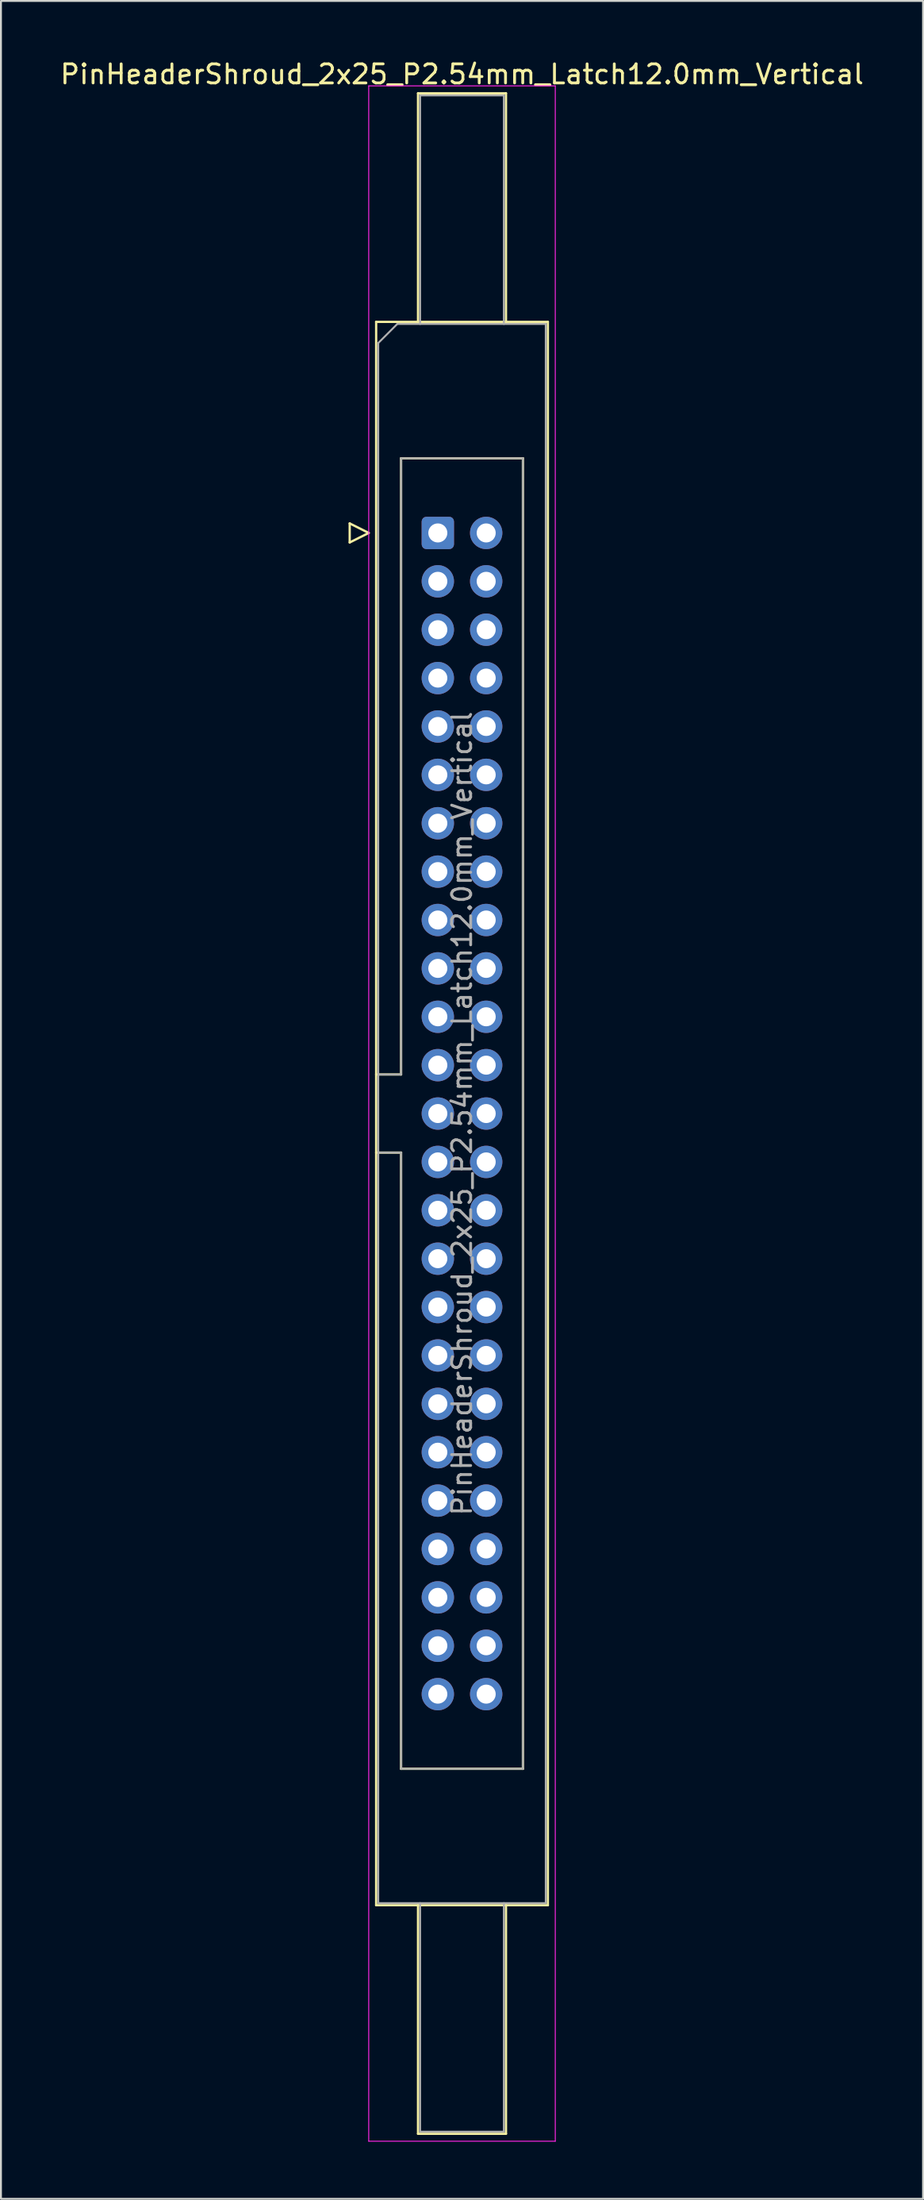
<source format=kicad_pcb>
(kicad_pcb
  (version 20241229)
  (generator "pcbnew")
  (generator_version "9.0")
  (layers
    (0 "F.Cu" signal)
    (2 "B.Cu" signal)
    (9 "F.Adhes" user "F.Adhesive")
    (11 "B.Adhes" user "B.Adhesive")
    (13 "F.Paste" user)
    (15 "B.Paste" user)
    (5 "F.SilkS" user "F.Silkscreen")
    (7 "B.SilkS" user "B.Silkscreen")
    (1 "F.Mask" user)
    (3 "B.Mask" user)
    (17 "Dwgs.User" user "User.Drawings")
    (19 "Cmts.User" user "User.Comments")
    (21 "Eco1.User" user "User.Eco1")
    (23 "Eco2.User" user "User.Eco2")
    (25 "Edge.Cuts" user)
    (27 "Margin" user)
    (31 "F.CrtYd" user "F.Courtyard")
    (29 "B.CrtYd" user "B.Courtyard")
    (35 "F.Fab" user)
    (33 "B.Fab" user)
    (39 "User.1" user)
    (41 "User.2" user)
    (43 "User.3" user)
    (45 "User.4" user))
  (footprint "PinHeaderShroud_2x25_P2.54mm_Latch12.0mm_Vertical"
    (layer "F.Cu")
    (at 19.95 24.928)
    (property "Reference" "PinHeaderShroud_2x25_P2.54mm_Latch12.0mm_Vertical" (at 1.27 -24.08 0) (layer "F.SilkS") (effects (font (size 1 1) (thickness 0.15))))
    (attr through_hole)
    (fp_line (start -4.63 -0.5) (end -4.63 0.5) (stroke (width 0.12) (type solid)) (layer "F.SilkS"))
    (fp_line (start -4.63 0.5) (end -3.63 0) (stroke (width 0.12) (type solid)) (layer "F.SilkS"))
    (fp_line (start -3.63 0) (end -4.63 -0.5) (stroke (width 0.12) (type solid)) (layer "F.SilkS"))
    (fp_line (start -3.24 -11.08) (end 5.78 -11.08) (stroke (width 0.12) (type solid)) (layer "F.SilkS"))
    (fp_line (start -3.24 28.43) (end -1.93 28.43) (stroke (width 0.12) (type solid)) (layer "F.SilkS"))
    (fp_line (start -3.24 32.53) (end -1.93 32.53) (stroke (width 0.12) (type solid)) (layer "F.SilkS"))
    (fp_line (start -3.24 72.04) (end -3.24 -11.08) (stroke (width 0.12) (type solid)) (layer "F.SilkS"))
    (fp_line (start -1.93 -3.92) (end 4.47 -3.92) (stroke (width 0.12) (type solid)) (layer "F.SilkS"))
    (fp_line (start -1.93 28.43) (end -1.93 -3.92) (stroke (width 0.12) (type solid)) (layer "F.SilkS"))
    (fp_line (start -1.93 64.88) (end -1.93 32.53) (stroke (width 0.12) (type solid)) (layer "F.SilkS"))
    (fp_line (start -1.04 -23.08) (end 3.58 -23.08) (stroke (width 0.12) (type solid)) (layer "F.SilkS"))
    (fp_line (start -1.04 -11.08) (end -1.04 -23.08) (stroke (width 0.12) (type solid)) (layer "F.SilkS"))
    (fp_line (start -1.04 72.04) (end -1.04 84.04) (stroke (width 0.12) (type solid)) (layer "F.SilkS"))
    (fp_line (start -1.04 84.04) (end 3.58 84.04) (stroke (width 0.12) (type solid)) (layer "F.SilkS"))
    (fp_line (start 3.58 -23.08) (end 3.58 -11.08) (stroke (width 0.12) (type solid)) (layer "F.SilkS"))
    (fp_line (start 3.58 84.04) (end 3.58 72.04) (stroke (width 0.12) (type solid)) (layer "F.SilkS"))
    (fp_line (start 4.47 -3.92) (end 4.47 64.88) (stroke (width 0.12) (type solid)) (layer "F.SilkS"))
    (fp_line (start 4.47 64.88) (end -1.93 64.88) (stroke (width 0.12) (type solid)) (layer "F.SilkS"))
    (fp_line (start 5.78 -11.08) (end 5.78 72.04) (stroke (width 0.12) (type solid)) (layer "F.SilkS"))
    (fp_line (start 5.78 72.04) (end -3.24 72.04) (stroke (width 0.12) (type solid)) (layer "F.SilkS"))
    (fp_line (start -3.63 -23.47) (end -3.63 84.43) (stroke (width 0.05) (type solid)) (layer "F.CrtYd"))
    (fp_line (start -3.63 84.43) (end 6.17 84.43) (stroke (width 0.05) (type solid)) (layer "F.CrtYd"))
    (fp_line (start 6.17 -23.47) (end -3.63 -23.47) (stroke (width 0.05) (type solid)) (layer "F.CrtYd"))
    (fp_line (start 6.17 84.43) (end 6.17 -23.47) (stroke (width 0.05) (type solid)) (layer "F.CrtYd"))
    (fp_line (start -3.13 -9.97) (end -2.13 -10.97) (stroke (width 0.1) (type solid)) (layer "F.Fab"))
    (fp_line (start -3.13 28.43) (end -1.93 28.43) (stroke (width 0.1) (type solid)) (layer "F.Fab"))
    (fp_line (start -3.13 32.53) (end -1.93 32.53) (stroke (width 0.1) (type solid)) (layer "F.Fab"))
    (fp_line (start -3.13 71.93) (end -3.13 -9.97) (stroke (width 0.1) (type solid)) (layer "F.Fab"))
    (fp_line (start -2.13 -10.97) (end 5.67 -10.97) (stroke (width 0.1) (type solid)) (layer "F.Fab"))
    (fp_line (start -1.93 -3.92) (end 4.47 -3.92) (stroke (width 0.1) (type solid)) (layer "F.Fab"))
    (fp_line (start -1.93 28.43) (end -1.93 -3.92) (stroke (width 0.1) (type solid)) (layer "F.Fab"))
    (fp_line (start -1.93 64.88) (end -1.93 32.53) (stroke (width 0.1) (type solid)) (layer "F.Fab"))
    (fp_line (start -0.93 -22.97) (end 3.47 -22.97) (stroke (width 0.1) (type solid)) (layer "F.Fab"))
    (fp_line (start -0.93 -10.97) (end -0.93 -22.97) (stroke (width 0.1) (type solid)) (layer "F.Fab"))
    (fp_line (start -0.93 71.93) (end -0.93 83.93) (stroke (width 0.1) (type solid)) (layer "F.Fab"))
    (fp_line (start -0.93 83.93) (end 3.47 83.93) (stroke (width 0.1) (type solid)) (layer "F.Fab"))
    (fp_line (start 3.47 -22.97) (end 3.47 -10.97) (stroke (width 0.1) (type solid)) (layer "F.Fab"))
    (fp_line (start 3.47 83.93) (end 3.47 71.93) (stroke (width 0.1) (type solid)) (layer "F.Fab"))
    (fp_line (start 4.47 -3.92) (end 4.47 64.88) (stroke (width 0.1) (type solid)) (layer "F.Fab"))
    (fp_line (start 4.47 64.88) (end -1.93 64.88) (stroke (width 0.1) (type solid)) (layer "F.Fab"))
    (fp_line (start 5.67 -10.97) (end 5.67 71.93) (stroke (width 0.1) (type solid)) (layer "F.Fab"))
    (fp_line (start 5.67 71.93) (end -3.13 71.93) (stroke (width 0.1) (type solid)) (layer "F.Fab"))
    (fp_text user "${REFERENCE}" (at 1.27 30.48 90) (layer "F.Fab") (effects (font (size 1 1) (thickness 0.15))))
    (pad "1" thru_hole roundrect (at 0 0) (size 1.7 1.7) (drill 1) (layers "*.Cu" "*.Mask") (roundrect_rratio 0.147))
    (pad "2" thru_hole circle (at 2.54 0) (size 1.7 1.7) (drill 1) (layers "*.Cu" "*.Mask"))
    (pad "3" thru_hole circle (at 0 2.54) (size 1.7 1.7) (drill 1) (layers "*.Cu" "*.Mask"))
    (pad "4" thru_hole circle (at 2.54 2.54) (size 1.7 1.7) (drill 1) (layers "*.Cu" "*.Mask"))
    (pad "5" thru_hole circle (at 0 5.08) (size 1.7 1.7) (drill 1) (layers "*.Cu" "*.Mask"))
    (pad "6" thru_hole circle (at 2.54 5.08) (size 1.7 1.7) (drill 1) (layers "*.Cu" "*.Mask"))
    (pad "7" thru_hole circle (at 0 7.62) (size 1.7 1.7) (drill 1) (layers "*.Cu" "*.Mask"))
    (pad "8" thru_hole circle (at 2.54 7.62) (size 1.7 1.7) (drill 1) (layers "*.Cu" "*.Mask"))
    (pad "9" thru_hole circle (at 0 10.16) (size 1.7 1.7) (drill 1) (layers "*.Cu" "*.Mask"))
    (pad "10" thru_hole circle (at 2.54 10.16) (size 1.7 1.7) (drill 1) (layers "*.Cu" "*.Mask"))
    (pad "11" thru_hole circle (at 0 12.7) (size 1.7 1.7) (drill 1) (layers "*.Cu" "*.Mask"))
    (pad "12" thru_hole circle (at 2.54 12.7) (size 1.7 1.7) (drill 1) (layers "*.Cu" "*.Mask"))
    (pad "13" thru_hole circle (at 0 15.24) (size 1.7 1.7) (drill 1) (layers "*.Cu" "*.Mask"))
    (pad "14" thru_hole circle (at 2.54 15.24) (size 1.7 1.7) (drill 1) (layers "*.Cu" "*.Mask"))
    (pad "15" thru_hole circle (at 0 17.78) (size 1.7 1.7) (drill 1) (layers "*.Cu" "*.Mask"))
    (pad "16" thru_hole circle (at 2.54 17.78) (size 1.7 1.7) (drill 1) (layers "*.Cu" "*.Mask"))
    (pad "17" thru_hole circle (at 0 20.32) (size 1.7 1.7) (drill 1) (layers "*.Cu" "*.Mask"))
    (pad "18" thru_hole circle (at 2.54 20.32) (size 1.7 1.7) (drill 1) (layers "*.Cu" "*.Mask"))
    (pad "19" thru_hole circle (at 0 22.86) (size 1.7 1.7) (drill 1) (layers "*.Cu" "*.Mask"))
    (pad "20" thru_hole circle (at 2.54 22.86) (size 1.7 1.7) (drill 1) (layers "*.Cu" "*.Mask"))
    (pad "21" thru_hole circle (at 0 25.4) (size 1.7 1.7) (drill 1) (layers "*.Cu" "*.Mask"))
    (pad "22" thru_hole circle (at 2.54 25.4) (size 1.7 1.7) (drill 1) (layers "*.Cu" "*.Mask"))
    (pad "23" thru_hole circle (at 0 27.94) (size 1.7 1.7) (drill 1) (layers "*.Cu" "*.Mask"))
    (pad "24" thru_hole circle (at 2.54 27.94) (size 1.7 1.7) (drill 1) (layers "*.Cu" "*.Mask"))
    (pad "25" thru_hole circle (at 0 30.48) (size 1.7 1.7) (drill 1) (layers "*.Cu" "*.Mask"))
    (pad "26" thru_hole circle (at 2.54 30.48) (size 1.7 1.7) (drill 1) (layers "*.Cu" "*.Mask"))
    (pad "27" thru_hole circle (at 0 33.02) (size 1.7 1.7) (drill 1) (layers "*.Cu" "*.Mask"))
    (pad "28" thru_hole circle (at 2.54 33.02) (size 1.7 1.7) (drill 1) (layers "*.Cu" "*.Mask"))
    (pad "29" thru_hole circle (at 0 35.56) (size 1.7 1.7) (drill 1) (layers "*.Cu" "*.Mask"))
    (pad "30" thru_hole circle (at 2.54 35.56) (size 1.7 1.7) (drill 1) (layers "*.Cu" "*.Mask"))
    (pad "31" thru_hole circle (at 0 38.1) (size 1.7 1.7) (drill 1) (layers "*.Cu" "*.Mask"))
    (pad "32" thru_hole circle (at 2.54 38.1) (size 1.7 1.7) (drill 1) (layers "*.Cu" "*.Mask"))
    (pad "33" thru_hole circle (at 0 40.64) (size 1.7 1.7) (drill 1) (layers "*.Cu" "*.Mask"))
    (pad "34" thru_hole circle (at 2.54 40.64) (size 1.7 1.7) (drill 1) (layers "*.Cu" "*.Mask"))
    (pad "35" thru_hole circle (at 0 43.18) (size 1.7 1.7) (drill 1) (layers "*.Cu" "*.Mask"))
    (pad "36" thru_hole circle (at 2.54 43.18) (size 1.7 1.7) (drill 1) (layers "*.Cu" "*.Mask"))
    (pad "37" thru_hole circle (at 0 45.72) (size 1.7 1.7) (drill 1) (layers "*.Cu" "*.Mask"))
    (pad "38" thru_hole circle (at 2.54 45.72) (size 1.7 1.7) (drill 1) (layers "*.Cu" "*.Mask"))
    (pad "39" thru_hole circle (at 0 48.26) (size 1.7 1.7) (drill 1) (layers "*.Cu" "*.Mask"))
    (pad "40" thru_hole circle (at 2.54 48.26) (size 1.7 1.7) (drill 1) (layers "*.Cu" "*.Mask"))
    (pad "41" thru_hole circle (at 0 50.8) (size 1.7 1.7) (drill 1) (layers "*.Cu" "*.Mask"))
    (pad "42" thru_hole circle (at 2.54 50.8) (size 1.7 1.7) (drill 1) (layers "*.Cu" "*.Mask"))
    (pad "43" thru_hole circle (at 0 53.34) (size 1.7 1.7) (drill 1) (layers "*.Cu" "*.Mask"))
    (pad "44" thru_hole circle (at 2.54 53.34) (size 1.7 1.7) (drill 1) (layers "*.Cu" "*.Mask"))
    (pad "45" thru_hole circle (at 0 55.88) (size 1.7 1.7) (drill 1) (layers "*.Cu" "*.Mask"))
    (pad "46" thru_hole circle (at 2.54 55.88) (size 1.7 1.7) (drill 1) (layers "*.Cu" "*.Mask"))
    (pad "47" thru_hole circle (at 0 58.42) (size 1.7 1.7) (drill 1) (layers "*.Cu" "*.Mask"))
    (pad "48" thru_hole circle (at 2.54 58.42) (size 1.7 1.7) (drill 1) (layers "*.Cu" "*.Mask"))
    (pad "49" thru_hole circle (at 0 60.96) (size 1.7 1.7) (drill 1) (layers "*.Cu" "*.Mask"))
    (pad "50" thru_hole circle (at 2.54 60.96) (size 1.7 1.7) (drill 1) (layers "*.Cu" "*.Mask")))
  (gr_rect
    (start -3 -3)
    (end 45.44 112.383)
    (stroke (width 0.1) (type default))
    (fill no)
    (layer "Edge.Cuts")))
</source>
